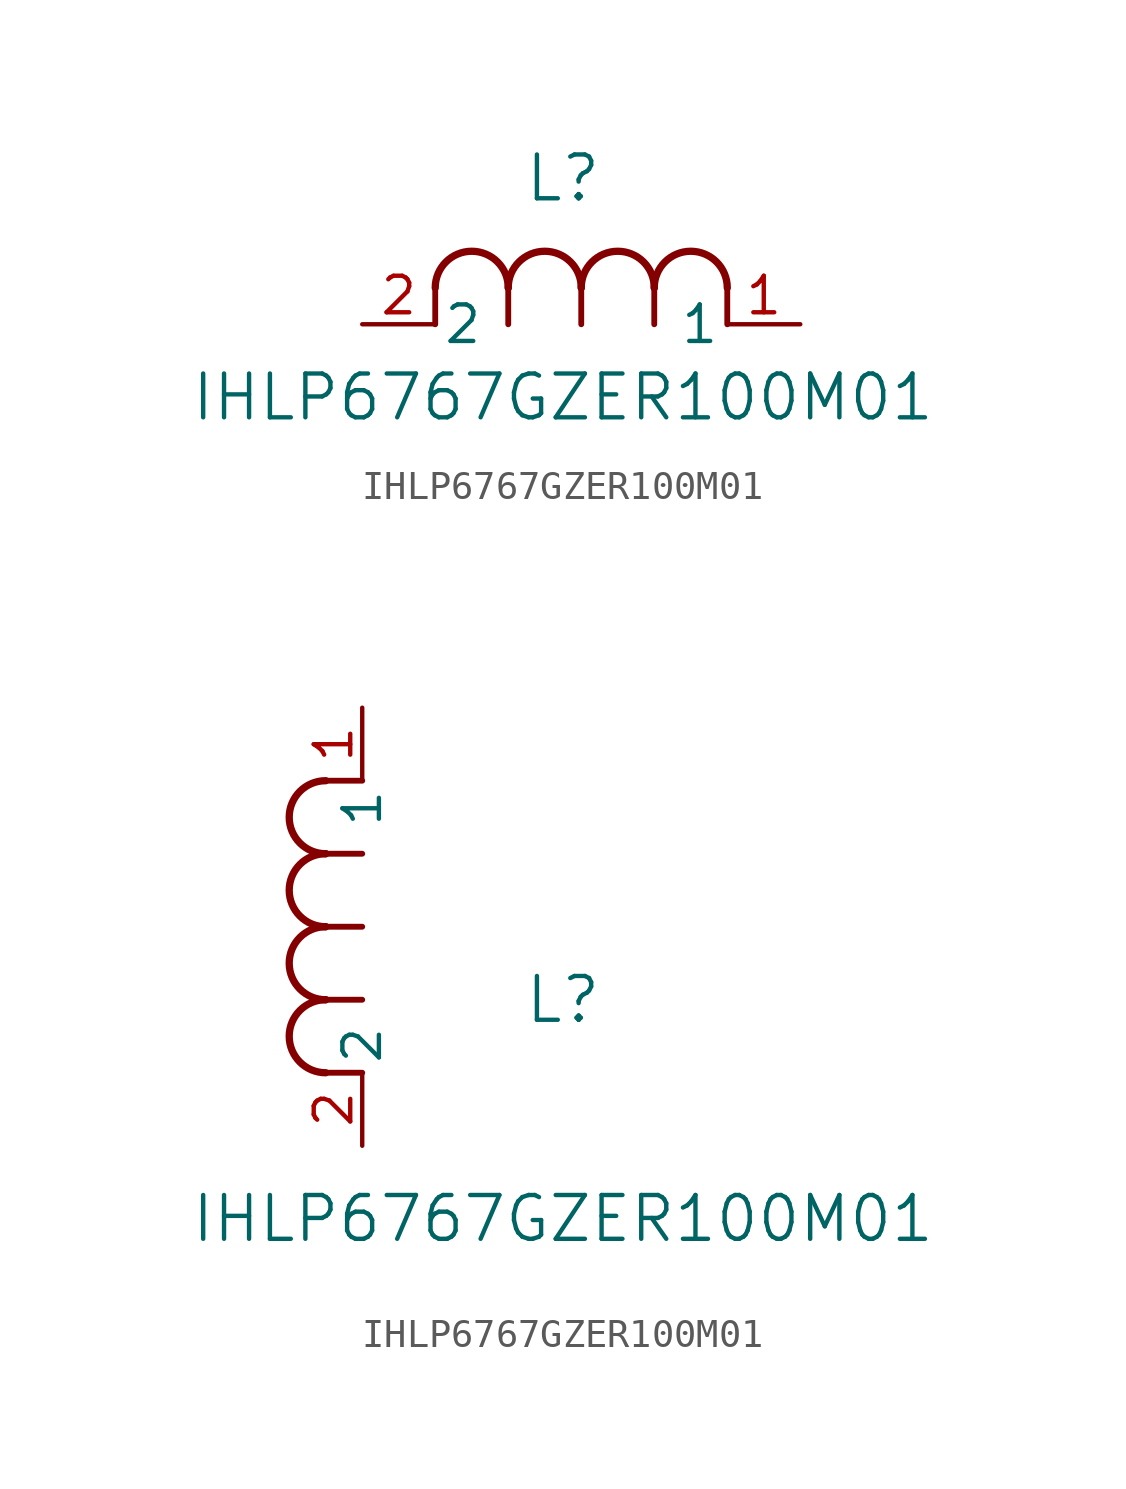
<source format=kicad_sym>
(kicad_symbol_lib
  (version 20231120)
  (generator "kicad_symbol_editor")
  (generator_version "8.0")
  (symbol "IHLP6767GZER100M01"
    (pin_names
      (offset 0.254))
    (property "Reference" "L"
      (at 6.985 5.08 0)
      (effects (font (size 1.524 1.524))))
    (property "Value" "IHLP6767GZER100M01"
      (at 6.985 -2.54 0)
      (effects (font (size 1.524 1.524))))
    (property "ki_locked" ""
      (at 0 0 0)
      (effects (font (size 1.27 1.27))))
    (symbol "IHLP6767GZER100M01_1_1"
      (polyline (pts (xy 2.54 0) (xy 2.54 1.27)) (stroke (width 0.203) (type default)) (fill (type none)))
      (polyline (pts (xy 5.08 0) (xy 5.08 1.27)) (stroke (width 0.203) (type default)) (fill (type none)))
      (polyline (pts (xy 7.62 0) (xy 7.62 1.27)) (stroke (width 0.203) (type default)) (fill (type none)))
      (polyline (pts (xy 10.16 0) (xy 10.16 1.27)) (stroke (width 0.203) (type default)) (fill (type none)))
      (polyline (pts (xy 12.7 0) (xy 12.7 1.27)) (stroke (width 0.203) (type default)) (fill (type none)))
      (arc (start 5.08 1.27) (mid 3.81 2.5344) (end 2.54 1.27) (stroke (width 0.254) (type default)) (fill (type none)))
      (arc (start 7.62 1.27) (mid 6.35 2.5344) (end 5.08 1.27) (stroke (width 0.254) (type default)) (fill (type none)))
      (arc (start 10.16 1.27) (mid 8.89 2.5344) (end 7.62 1.27) (stroke (width 0.254) (type default)) (fill (type none)))
      (arc (start 12.7 1.27) (mid 11.43 2.5344) (end 10.16 1.27) (stroke (width 0.254) (type default)) (fill (type none)))
      (pin unspecified line (at 15.24 0 180) (length 2.54) (name "1" (effects (font (size 1.27 1.27)))) (number "1" (effects (font (size 1.27 1.27)))))
      (pin unspecified line (at 0 0 0) (length 2.54) (name "2" (effects (font (size 1.27 1.27)))) (number "2" (effects (font (size 1.27 1.27))))))
    (symbol "IHLP6767GZER100M01_1_2"
      (arc (start -1.27 5.08) (mid -2.5344 3.81) (end -1.27 2.54) (stroke (width 0.254) (type default)) (fill (type none)))
      (arc (start -1.27 7.62) (mid -2.5344 6.35) (end -1.27 5.08) (stroke (width 0.254) (type default)) (fill (type none)))
      (arc (start -1.27 10.16) (mid -2.5344 8.89) (end -1.27 7.62) (stroke (width 0.254) (type default)) (fill (type none)))
      (arc (start -1.27 12.7) (mid -2.5344 11.43) (end -1.27 10.16) (stroke (width 0.254) (type default)) (fill (type none)))
      (polyline (pts (xy 0 2.54) (xy -1.27 2.54)) (stroke (width 0.203) (type default)) (fill (type none)))
      (polyline (pts (xy 0 5.08) (xy -1.27 5.08)) (stroke (width 0.203) (type default)) (fill (type none)))
      (polyline (pts (xy 0 7.62) (xy -1.27 7.62)) (stroke (width 0.203) (type default)) (fill (type none)))
      (polyline (pts (xy 0 10.16) (xy -1.27 10.16)) (stroke (width 0.203) (type default)) (fill (type none)))
      (polyline (pts (xy 0 12.7) (xy -1.27 12.7)) (stroke (width 0.203) (type default)) (fill (type none)))
      (pin unspecified line (at 0 15.24 270) (length 2.54) (name "1" (effects (font (size 1.27 1.27)))) (number "1" (effects (font (size 1.27 1.27)))))
      (pin unspecified line (at 0 0 90) (length 2.54) (name "2" (effects (font (size 1.27 1.27)))) (number "2" (effects (font (size 1.27 1.27))))))))
</source>
